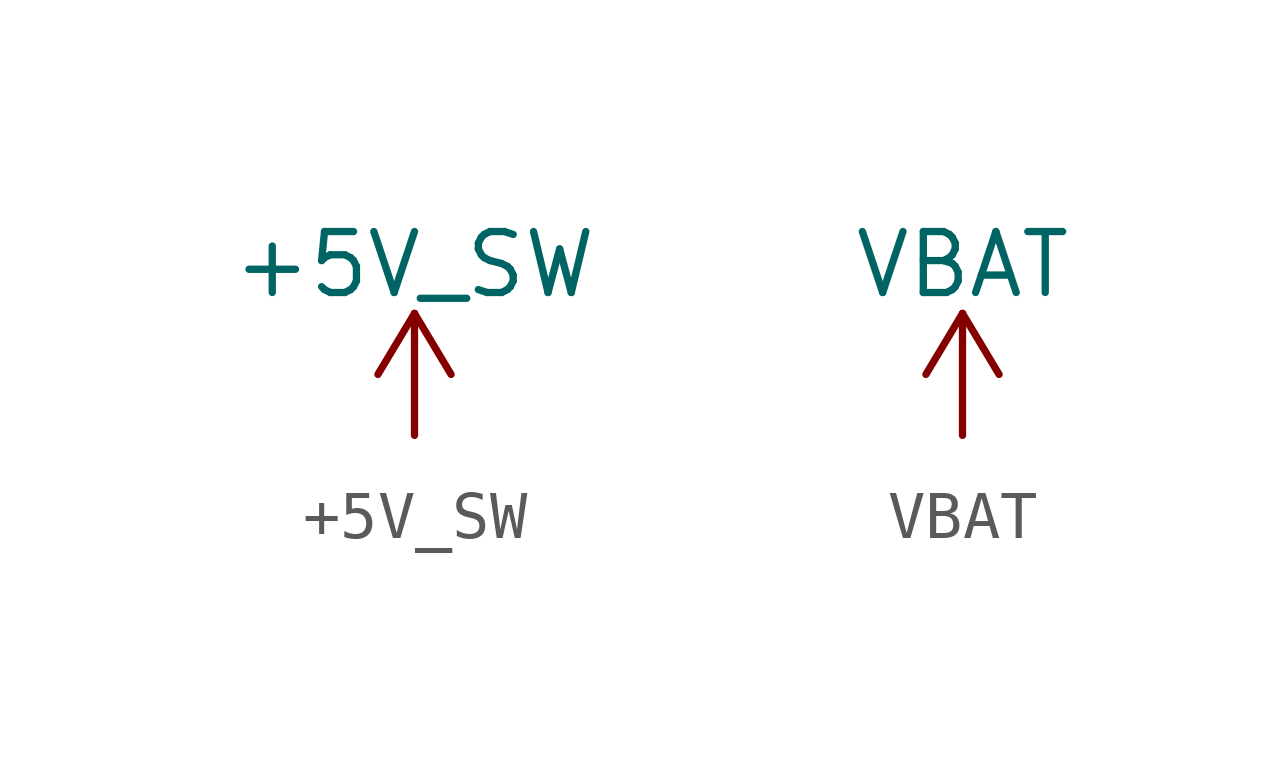
<source format=kicad_sym>
(kicad_symbol_lib
  (version 20211014)
  (generator kicad_symbol_editor)
  (symbol "+5V_SW"
    (power)
    (pin_names
      (offset 0))
    (property "Reference" "#PWR"
      (at 0 -3.81 0)
      (effects (font (size 1.27 1.27)) hide))
    (property "Value" "+5V_SW"
      (at 0 3.556 0)
      (effects (font (size 1.27 1.27))))
    (symbol "+5V_SW_0_1"
      (polyline (pts (xy -0.762 1.27) (xy 0 2.54)) (stroke (width 0) (type default) (color 0 0 0 0)) (fill (type none)))
      (polyline (pts (xy 0 0) (xy 0 2.54)) (stroke (width 0) (type default) (color 0 0 0 0)) (fill (type none)))
      (polyline (pts (xy 0 2.54) (xy 0.762 1.27)) (stroke (width 0) (type default) (color 0 0 0 0)) (fill (type none))))
    (symbol "+5V_SW_1_1"
      (pin power_in line (at 0 0 90) (length 0) hide (name "+5V_SW" (effects (font (size 1.27 1.27)))) (number "1" (effects (font (size 1.27 1.27)))))))
  (symbol "VBAT"
    (power)
    (pin_numbers hide)
    (pin_names
      (offset 0) hide)
    (property "Reference" "#PWR"
      (at 0 -3.81 0)
      (effects (font (size 1.27 1.27)) hide))
    (property "Value" "VBAT"
      (at 0 3.556 0)
      (effects (font (size 1.27 1.27))))
    (symbol "VBAT_0_1"
      (polyline (pts (xy -0.762 1.27) (xy 0 2.54)) (stroke (width 0) (type default) (color 0 0 0 0)) (fill (type none)))
      (polyline (pts (xy 0 0) (xy 0 2.54)) (stroke (width 0) (type default) (color 0 0 0 0)) (fill (type none)))
      (polyline (pts (xy 0 2.54) (xy 0.762 1.27)) (stroke (width 0) (type default) (color 0 0 0 0)) (fill (type none))))
    (symbol "VBAT_1_1"
      (pin power_in line (at 0 0 90) (length 0) hide (name "VBAT" (effects (font (size 1.27 1.27)))) (number "1" (effects (font (size 1.27 1.27))))))))
</source>
